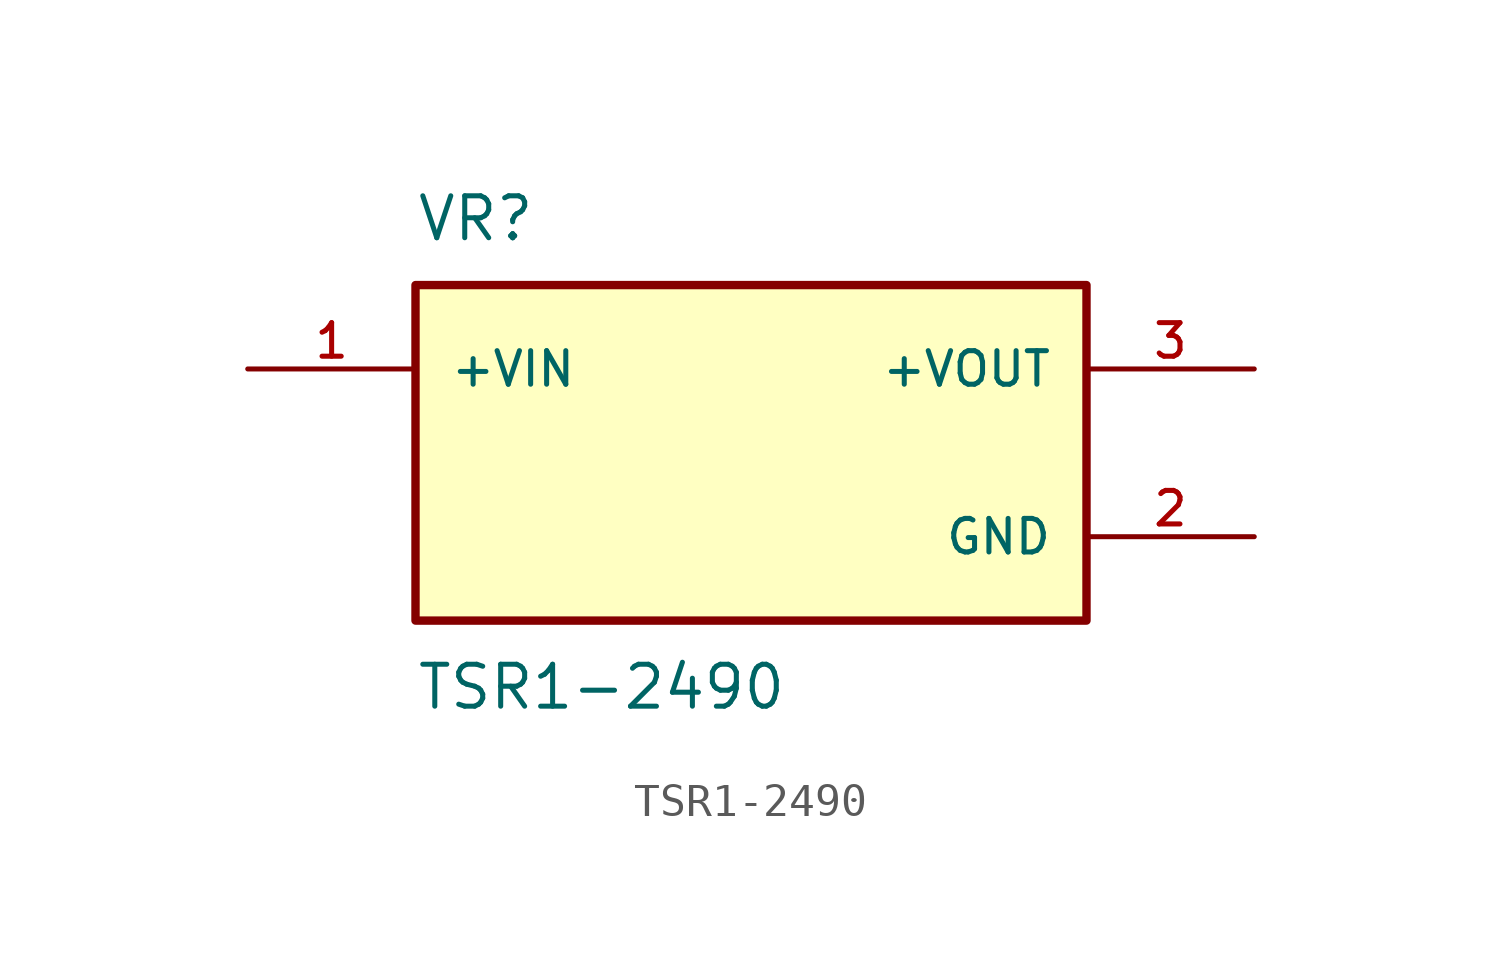
<source format=kicad_sym>
(kicad_symbol_lib
  (version 20211014)
  (generator kicad_symbol_editor)
  (symbol "TSR1-2490"
    (pin_names
      (offset 1.016))
    (property "Reference" "VR"
      (at -10.16 6.35 0)
      (effects (font (size 1.27 1.27)) (justify bottom left)))
    (property "Value" "TSR1-2490"
      (at -10.16 -6.35 0)
      (effects (font (size 1.27 1.27)) (justify top left)))
    (symbol "TSR1-2490_0_0"
      (rectangle (start -10.16 -5.08) (end 10.16 5.08) (stroke (width 0.254)) (fill (type background)))
      (pin input line (at -15.24 2.54 0) (length 5.08) (name "+VIN" (effects (font (size 1.016 1.016)))) (number "1" (effects (font (size 1.016 1.016)))))
      (pin output line (at 15.24 2.54 180.0) (length 5.08) (name "+VOUT" (effects (font (size 1.016 1.016)))) (number "3" (effects (font (size 1.016 1.016)))))
      (pin power_in line (at 15.24 -2.54 180.0) (length 5.08) (name "GND" (effects (font (size 1.016 1.016)))) (number "2" (effects (font (size 1.016 1.016))))))))
</source>
